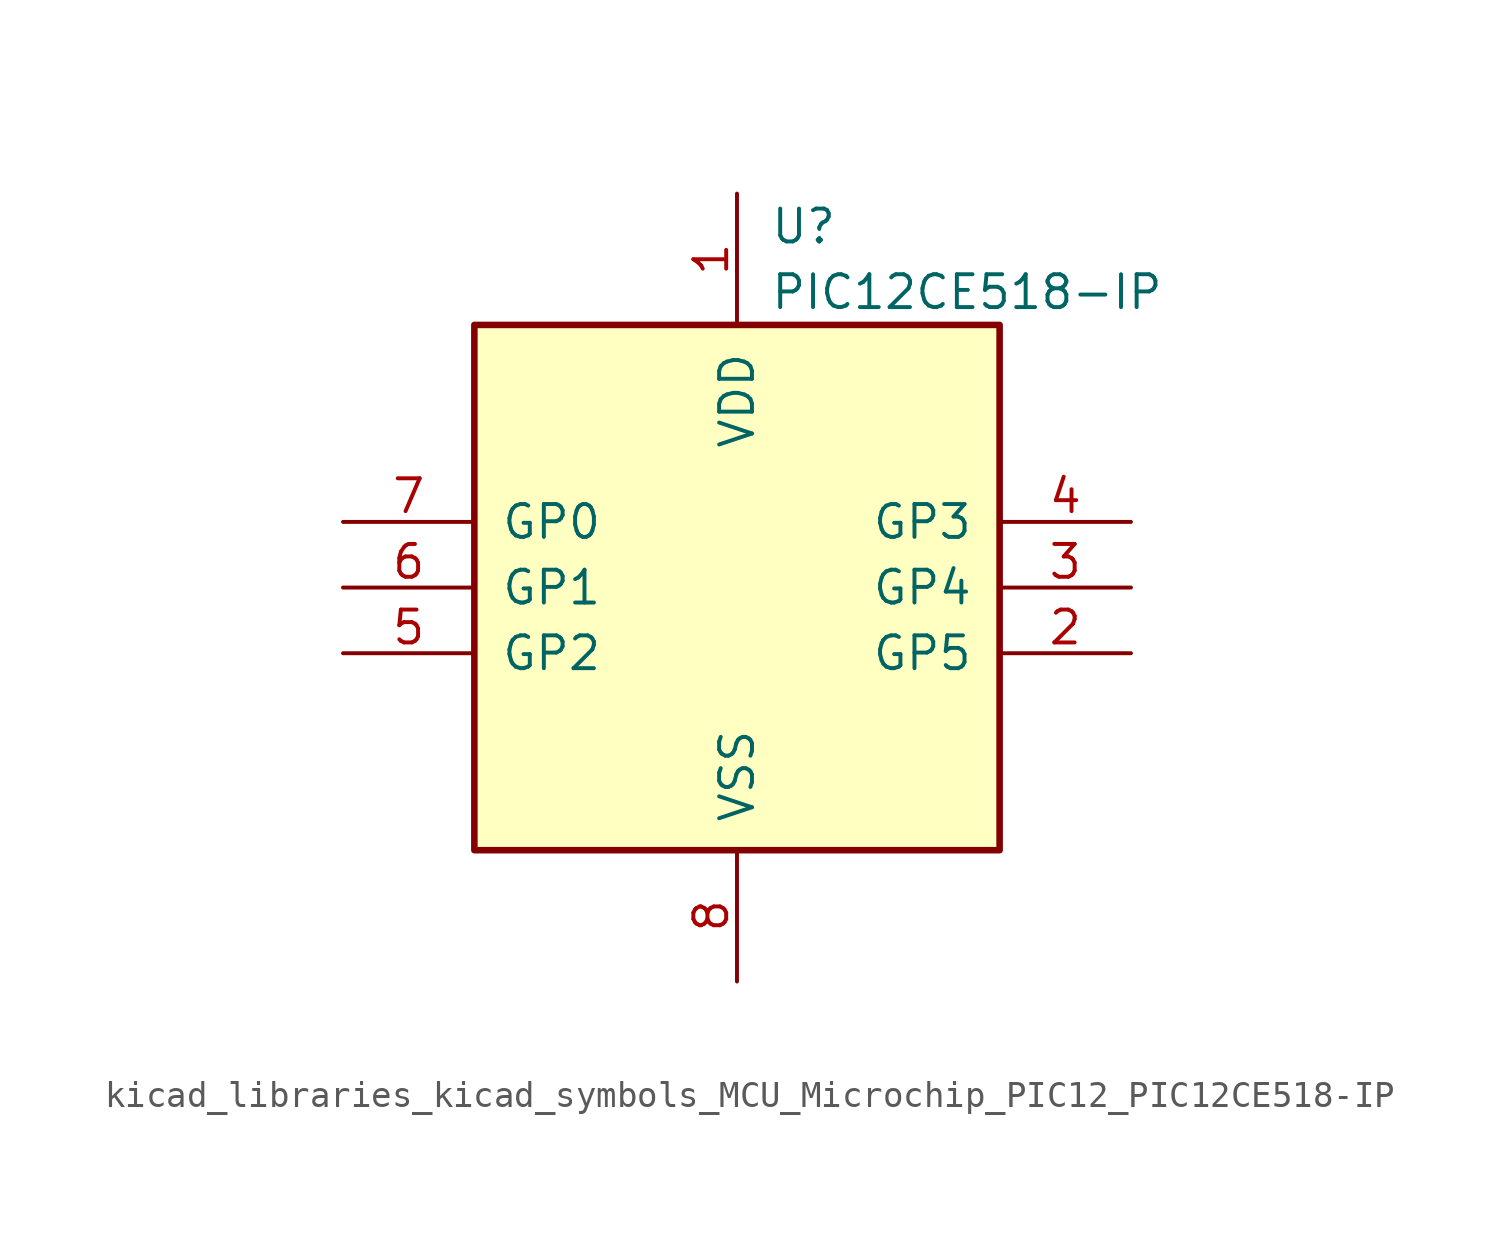
<source format=kicad_sym>
(kicad_symbol_lib
  (version 20220914)
  (generator kicad_symbol_editor)
  (symbol "kicad_libraries_kicad_symbols_MCU_Microchip_PIC12_PIC12CE518-IP"
    (pin_names
      (offset 1.016))
    (property "Reference" "U"
      (at 1.27 13.97 0)
      (effects (font (size 1.27 1.27)) (justify left)))
    (property "Value" "PIC12CE518-IP"
      (at 1.27 11.43 0)
      (effects (font (size 1.27 1.27)) (justify left)))
    (symbol "kicad_libraries_kicad_symbols_MCU_Microchip_PIC12_PIC12CE518-IP_0_1"
      (rectangle (start 10.16 -10.16) (end -10.16 10.16) (stroke (width 0.254) (type default)) (fill (type background))))
    (symbol "kicad_libraries_kicad_symbols_MCU_Microchip_PIC12_PIC12CE518-IP_1_1"
      (pin power_in line (at 0 15.24 270) (length 5.08) (name "VDD" (effects (font (size 1.27 1.27)))) (number "1" (effects (font (size 1.27 1.27)))))
      (pin bidirectional line (at 15.24 -2.54 180) (length 5.08) (name "GP5" (effects (font (size 1.27 1.27)))) (number "2" (effects (font (size 1.27 1.27)))))
      (pin bidirectional line (at 15.24 0 180) (length 5.08) (name "GP4" (effects (font (size 1.27 1.27)))) (number "3" (effects (font (size 1.27 1.27)))))
      (pin input line (at 15.24 2.54 180) (length 5.08) (name "GP3" (effects (font (size 1.27 1.27)))) (number "4" (effects (font (size 1.27 1.27)))))
      (pin bidirectional line (at -15.24 -2.54 0) (length 5.08) (name "GP2" (effects (font (size 1.27 1.27)))) (number "5" (effects (font (size 1.27 1.27)))))
      (pin bidirectional line (at -15.24 0 0) (length 5.08) (name "GP1" (effects (font (size 1.27 1.27)))) (number "6" (effects (font (size 1.27 1.27)))))
      (pin bidirectional line (at -15.24 2.54 0) (length 5.08) (name "GP0" (effects (font (size 1.27 1.27)))) (number "7" (effects (font (size 1.27 1.27)))))
      (pin power_in line (at 0 -15.24 90) (length 5.08) (name "VSS" (effects (font (size 1.27 1.27)))) (number "8" (effects (font (size 1.27 1.27))))))))
</source>
